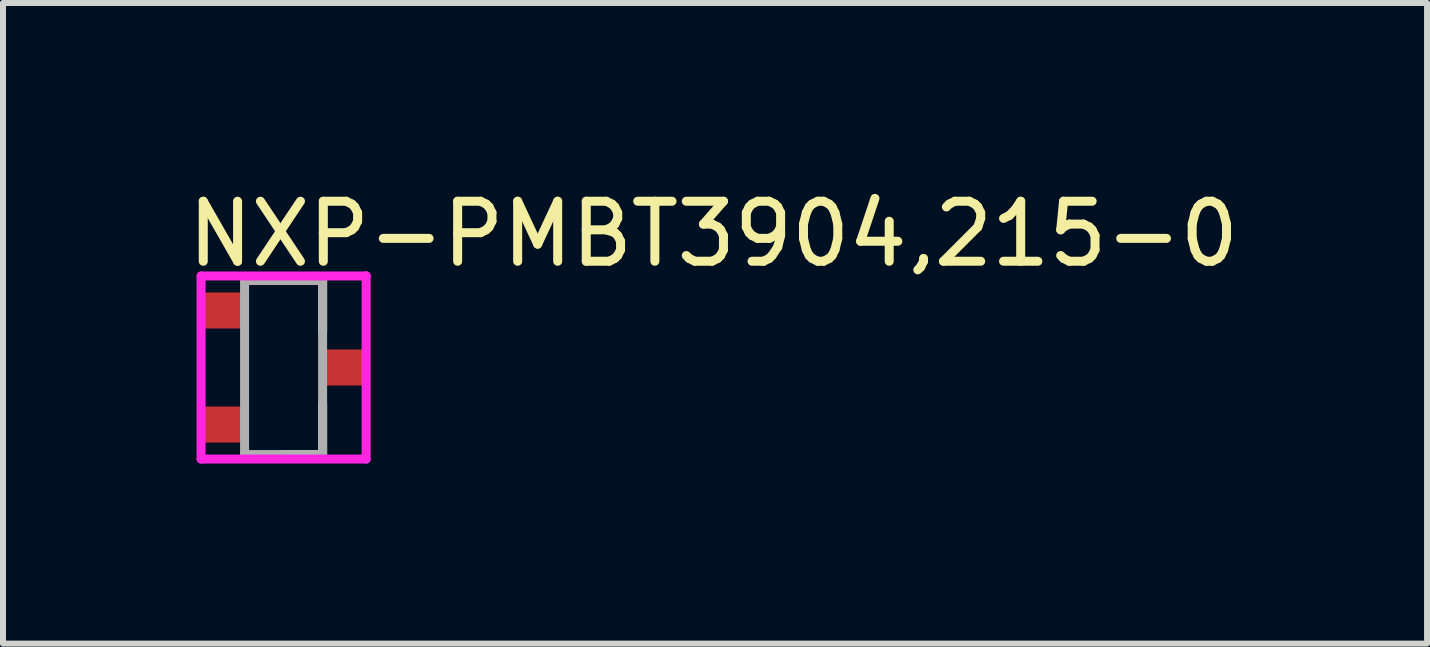
<source format=kicad_pcb>
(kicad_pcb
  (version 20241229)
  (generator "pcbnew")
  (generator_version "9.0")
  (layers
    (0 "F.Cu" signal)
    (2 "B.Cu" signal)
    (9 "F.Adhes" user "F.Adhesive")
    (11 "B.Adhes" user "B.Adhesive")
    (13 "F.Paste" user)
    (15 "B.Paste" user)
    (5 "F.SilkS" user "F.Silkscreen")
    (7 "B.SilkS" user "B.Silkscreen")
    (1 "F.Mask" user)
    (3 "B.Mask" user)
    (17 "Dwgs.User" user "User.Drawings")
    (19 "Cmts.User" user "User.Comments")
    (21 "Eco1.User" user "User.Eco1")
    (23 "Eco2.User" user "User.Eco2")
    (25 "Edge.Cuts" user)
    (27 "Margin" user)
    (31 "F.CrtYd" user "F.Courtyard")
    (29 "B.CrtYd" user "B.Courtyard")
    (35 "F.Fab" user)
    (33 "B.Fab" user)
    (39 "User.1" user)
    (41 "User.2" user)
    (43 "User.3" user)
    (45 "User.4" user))
  (footprint "NXP-PMBT3904,215-0"
    (layer "F.Cu")
    (at 1.675 3.073)
    (property "Reference" "NXP-PMBT3904,215-0" (at -1.675 -2.225 0) (layer "F.SilkS") (effects (font (size 1 1) (thickness 0.15)) (justify left)))
    (attr through_hole)
    (fp_line (start 0.65 -1.45) (end 0 -1.45) (stroke (width 0.15) (type solid)) (layer "F.SilkS"))
    (fp_line (start 0.65 -1.45) (end 0.65 -0.6) (stroke (width 0.15) (type solid)) (layer "F.SilkS"))
    (fp_line (start 0.65 1.45) (end 0 1.45) (stroke (width 0.15) (type solid)) (layer "F.SilkS"))
    (fp_line (start 0.65 1.45) (end 0.65 0.6) (stroke (width 0.15) (type solid)) (layer "F.SilkS"))
    (fp_line (start -1.375 -1.525) (end -1.375 1.525) (stroke (width 0.15) (type solid)) (layer "F.CrtYd"))
    (fp_line (start -1.375 1.525) (end 1.375 1.525) (stroke (width 0.15) (type solid)) (layer "F.CrtYd"))
    (fp_line (start 1.375 -1.525) (end -1.375 -1.525) (stroke (width 0.15) (type solid)) (layer "F.CrtYd"))
    (fp_line (start 1.375 -1.525) (end 1.375 -1.525) (stroke (width 0.15) (type solid)) (layer "F.CrtYd"))
    (fp_line (start 1.375 1.525) (end 1.375 -1.525) (stroke (width 0.15) (type solid)) (layer "F.CrtYd"))
    (fp_line (start -0.65 -1.45) (end 0.65 -1.45) (stroke (width 0.15) (type solid)) (layer "F.Fab"))
    (fp_line (start -0.65 1.45) (end -0.65 -1.45) (stroke (width 0.15) (type solid)) (layer "F.Fab"))
    (fp_line (start 0.65 -1.45) (end 0.65 1.45) (stroke (width 0.15) (type solid)) (layer "F.Fab"))
    (fp_line (start 0.65 1.45) (end -0.65 1.45) (stroke (width 0.15) (type solid)) (layer "F.Fab"))
    (pad "" smd rect (at -1 -0.95) (size 0.6 0.5) (layers "F.Paste"))
    (pad "" smd rect (at -1 0.95) (size 0.6 0.5) (layers "F.Paste"))
    (pad "" smd rect (at 1 0) (size 0.6 0.5) (layers "F.Paste"))
    (pad "1" smd rect (at -1 -0.95) (size 0.7 0.6) (layers "F.Cu" "F.Mask"))
    (pad "2" smd rect (at -1 0.95) (size 0.7 0.6) (layers "F.Cu" "F.Mask"))
    (pad "3" smd rect (at 1 0) (size 0.7 0.6) (layers "F.Cu" "F.Mask")))
  (gr_rect
    (start -3 -3)
    (end 20.726 7.673)
    (stroke (width 0.1) (type default))
    (fill no)
    (layer "Edge.Cuts")))
</source>
